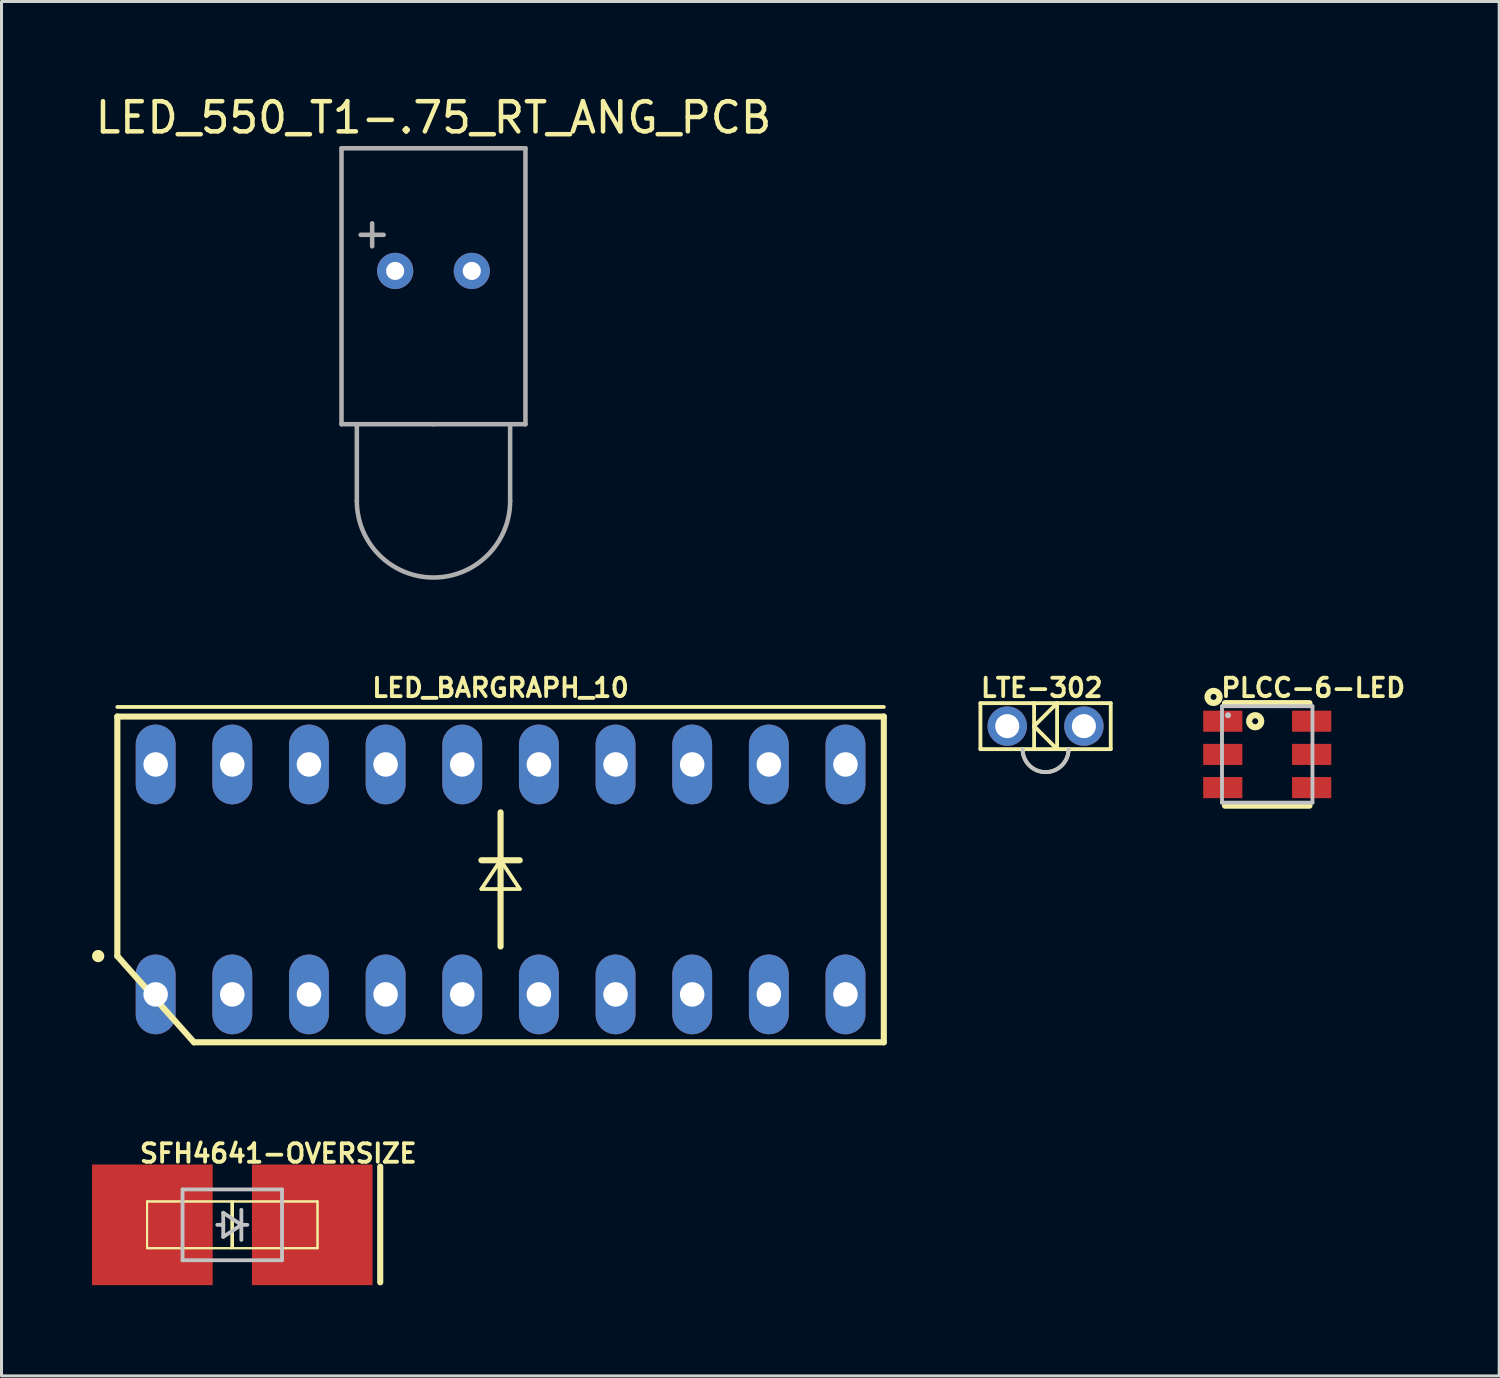
<source format=kicad_pcb>
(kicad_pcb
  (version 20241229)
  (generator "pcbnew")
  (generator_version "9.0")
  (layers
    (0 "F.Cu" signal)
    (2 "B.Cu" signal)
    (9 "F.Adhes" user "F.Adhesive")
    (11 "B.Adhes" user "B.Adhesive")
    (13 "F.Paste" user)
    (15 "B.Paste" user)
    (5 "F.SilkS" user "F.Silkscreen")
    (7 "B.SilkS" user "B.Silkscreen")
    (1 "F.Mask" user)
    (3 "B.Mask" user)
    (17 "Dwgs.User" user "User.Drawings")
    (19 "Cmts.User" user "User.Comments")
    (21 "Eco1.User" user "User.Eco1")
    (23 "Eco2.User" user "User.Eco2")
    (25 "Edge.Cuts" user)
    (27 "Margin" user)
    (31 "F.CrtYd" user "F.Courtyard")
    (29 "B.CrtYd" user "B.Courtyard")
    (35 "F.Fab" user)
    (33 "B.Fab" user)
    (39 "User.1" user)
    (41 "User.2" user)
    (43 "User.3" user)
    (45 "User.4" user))
  (footprint "LTE-302"
    (layer "F.Cu")
    (at 31.599 21.013)
    (property "Reference" "LTE-302" (at -0.127 -1.27 0) (layer "F.SilkS") (effects (font (size 0.61 0.61) (thickness 0.127))))
    (attr exclude_from_pos_files exclude_from_bom)
    (fp_line (start -2.159 -0.762) (end -0.381 -0.762) (stroke (width 0.127) (type solid)) (layer "F.SilkS"))
    (fp_line (start -2.159 0.762) (end -2.159 -0.762) (stroke (width 0.127) (type solid)) (layer "F.SilkS"))
    (fp_line (start -0.762 0.762) (end -2.159 0.762) (stroke (width 0.127) (type solid)) (layer "F.SilkS"))
    (fp_line (start -0.381 -0.762) (end 0.381 -0.762) (stroke (width 0.127) (type solid)) (layer "F.SilkS"))
    (fp_line (start -0.381 0) (end -0.381 -0.762) (stroke (width 0.127) (type solid)) (layer "F.SilkS"))
    (fp_line (start -0.381 0) (end -0.381 0.762) (stroke (width 0.127) (type solid)) (layer "F.SilkS"))
    (fp_line (start -0.381 0) (end 0.381 -0.762) (stroke (width 0.127) (type solid)) (layer "F.SilkS"))
    (fp_line (start -0.381 0.762) (end -0.762 0.762) (stroke (width 0.127) (type solid)) (layer "F.SilkS"))
    (fp_line (start 0.381 -0.762) (end 0.381 0.762) (stroke (width 0.127) (type solid)) (layer "F.SilkS"))
    (fp_line (start 0.381 -0.762) (end 2.159 -0.762) (stroke (width 0.127) (type solid)) (layer "F.SilkS"))
    (fp_line (start 0.381 0.762) (end -0.381 0) (stroke (width 0.127) (type solid)) (layer "F.SilkS"))
    (fp_line (start 0.381 0.762) (end -0.381 0.762) (stroke (width 0.127) (type solid)) (layer "F.SilkS"))
    (fp_line (start 0.762 0.762) (end 0.381 0.762) (stroke (width 0.127) (type solid)) (layer "F.SilkS"))
    (fp_line (start 2.159 -0.762) (end 2.159 0.762) (stroke (width 0.127) (type solid)) (layer "F.SilkS"))
    (fp_line (start 2.159 0.762) (end 0.762 0.762) (stroke (width 0.127) (type solid)) (layer "F.SilkS"))
    (fp_arc (start 0.762 0.762) (mid 0 1.524) (end -0.762 0.762) (stroke (width 0.127) (type solid)) (layer "F.SilkS"))
    (fp_arc (start 0.762 0.762) (mid 0 1.524) (end -0.762 0.762) (stroke (width 0.127) (type solid)) (layer "Dwgs.User"))
    (pad "A" thru_hole circle (at 1.27 0) (size 1.306 1.306) (drill 0.798) (layers "*.Cu" "*.Paste" "*.Mask"))
    (pad "C" thru_hole circle (at -1.27 0) (size 1.306 1.306) (drill 0.798) (layers "*.Cu" "*.Paste" "*.Mask")))
  (footprint "SFH4641-OVERSIZE"
    (layer "F.Cu")
    (at 4.648 37.539)
    (property "Reference" "SFH4641-OVERSIZE" (at 1.524 -2.367 0) (layer "F.SilkS") (effects (font (size 0.61 0.61) (thickness 0.127))))
    (attr smd)
    (fp_line (start -2.824 -0.775) (end -0.023 -0.775) (stroke (width 0.066) (type solid)) (layer "F.SilkS"))
    (fp_line (start -2.824 -0.775) (end -0.023 -0.775) (stroke (width 0.066) (type solid)) (layer "F.SilkS"))
    (fp_line (start -2.824 0.775) (end -2.824 -0.775) (stroke (width 0.066) (type solid)) (layer "F.SilkS"))
    (fp_line (start -2.824 0.775) (end -2.824 -0.775) (stroke (width 0.066) (type solid)) (layer "F.SilkS"))
    (fp_line (start -2.824 0.775) (end -0.023 0.775) (stroke (width 0.066) (type solid)) (layer "F.SilkS"))
    (fp_line (start -2.824 0.775) (end -0.023 0.775) (stroke (width 0.066) (type solid)) (layer "F.SilkS"))
    (fp_line (start -0.023 0.775) (end -0.023 -0.775) (stroke (width 0.066) (type solid)) (layer "F.SilkS"))
    (fp_line (start -0.023 0.775) (end -0.023 -0.775) (stroke (width 0.066) (type solid)) (layer "F.SilkS"))
    (fp_line (start 0.023 -0.775) (end 2.824 -0.775) (stroke (width 0.066) (type solid)) (layer "F.SilkS"))
    (fp_line (start 0.023 -0.775) (end 2.824 -0.775) (stroke (width 0.066) (type solid)) (layer "F.SilkS"))
    (fp_line (start 0.023 0.775) (end 0.023 -0.775) (stroke (width 0.066) (type solid)) (layer "F.SilkS"))
    (fp_line (start 0.023 0.775) (end 0.023 -0.775) (stroke (width 0.066) (type solid)) (layer "F.SilkS"))
    (fp_line (start 0.023 0.775) (end 2.824 0.775) (stroke (width 0.066) (type solid)) (layer "F.SilkS"))
    (fp_line (start 0.023 0.775) (end 2.824 0.775) (stroke (width 0.066) (type solid)) (layer "F.SilkS"))
    (fp_line (start 2.824 0.775) (end 2.824 -0.775) (stroke (width 0.066) (type solid)) (layer "F.SilkS"))
    (fp_line (start 2.824 0.775) (end 2.824 -0.775) (stroke (width 0.066) (type solid)) (layer "F.SilkS"))
    (fp_line (start 4.902 -1.928) (end 4.902 1.905) (stroke (width 0.203) (type solid)) (layer "F.SilkS"))
    (fp_line (start -1.648 -1.173) (end -1.648 1.173) (stroke (width 0.127) (type solid)) (layer "Dwgs.User"))
    (fp_line (start -1.648 1.173) (end 1.648 1.173) (stroke (width 0.127) (type solid)) (layer "Dwgs.User"))
    (fp_line (start -0.3 -0.399) (end -0.3 0) (stroke (width 0.127) (type solid)) (layer "Dwgs.User"))
    (fp_line (start -0.3 0) (end -0.498 0) (stroke (width 0.127) (type solid)) (layer "Dwgs.User"))
    (fp_line (start -0.3 0) (end -0.3 0.399) (stroke (width 0.127) (type solid)) (layer "Dwgs.User"))
    (fp_line (start -0.3 0.399) (end 0.3 0) (stroke (width 0.127) (type solid)) (layer "Dwgs.User"))
    (fp_line (start 0.3 -0.498) (end 0.3 0) (stroke (width 0.127) (type solid)) (layer "Dwgs.User"))
    (fp_line (start 0.3 0) (end -0.3 -0.399) (stroke (width 0.127) (type solid)) (layer "Dwgs.User"))
    (fp_line (start 0.3 0) (end 0.3 0.498) (stroke (width 0.127) (type solid)) (layer "Dwgs.User"))
    (fp_line (start 0.498 0) (end 0.3 0) (stroke (width 0.127) (type solid)) (layer "Dwgs.User"))
    (fp_line (start 1.648 -1.173) (end -1.648 -1.173) (stroke (width 0.127) (type solid)) (layer "Dwgs.User"))
    (fp_line (start 1.648 1.173) (end 1.648 -1.173) (stroke (width 0.127) (type solid)) (layer "Dwgs.User"))
    (pad "A" smd rect (at -2.649 0 90) (size 3.998 3.998) (layers "F.Cu" "F.Mask" "F.Paste"))
    (pad "C" smd rect (at 2.649 0 270) (size 3.998 3.998) (layers "F.Cu" "F.Mask" "F.Paste")))
  (footprint "LED_BARGRAPH_10"
    (layer "F.Cu")
    (at 13.538 26.093)
    (property "Reference" "LED_BARGRAPH_10" (at 0 -6.35 0) (layer "F.SilkS") (effects (font (size 0.61 0.61) (thickness 0.127))))
    (attr exclude_from_pos_files exclude_from_bom)
    (fp_line (start -12.7 -5.715) (end 12.7 -5.715) (stroke (width 0.127) (type solid)) (layer "F.SilkS"))
    (fp_line (start -12.7 2.54) (end -12.7 -5.397) (stroke (width 0.203) (type solid)) (layer "F.SilkS"))
    (fp_line (start -10.16 5.397) (end -12.7 2.54) (stroke (width 0.203) (type solid)) (layer "F.SilkS"))
    (fp_line (start -10.16 5.397) (end 12.7 5.397) (stroke (width 0.203) (type solid)) (layer "F.SilkS"))
    (fp_line (start -0.635 -0.635) (end 0.635 -0.635) (stroke (width 0.203) (type solid)) (layer "F.SilkS"))
    (fp_line (start -0.635 0.318) (end 0.635 0.318) (stroke (width 0.127) (type solid)) (layer "F.SilkS"))
    (fp_line (start 0 -0.635) (end -0.635 0.318) (stroke (width 0.127) (type solid)) (layer "F.SilkS"))
    (fp_line (start 0 2.223) (end 0 -2.223) (stroke (width 0.203) (type solid)) (layer "F.SilkS"))
    (fp_line (start 0.635 0.318) (end 0 -0.635) (stroke (width 0.127) (type solid)) (layer "F.SilkS"))
    (fp_line (start 12.7 -5.397) (end -12.7 -5.397) (stroke (width 0.203) (type solid)) (layer "F.SilkS"))
    (fp_line (start 12.7 -5.397) (end 12.7 5.397) (stroke (width 0.203) (type solid)) (layer "F.SilkS"))
    (fp_circle (center -13.335 2.54) (end -13.335 2.337) (stroke (width 0) (type solid)) (fill yes) (layer "F.SilkS"))
    (pad "1" thru_hole oval (at -11.43 3.81 180) (size 1.321 2.642) (drill 0.813) (layers "*.Cu" "*.Paste" "*.Mask"))
    (pad "2" thru_hole oval (at -8.89 3.81 180) (size 1.321 2.642) (drill 0.813) (layers "*.Cu" "*.Paste" "*.Mask"))
    (pad "3" thru_hole oval (at -6.35 3.81 180) (size 1.321 2.642) (drill 0.813) (layers "*.Cu" "*.Paste" "*.Mask"))
    (pad "4" thru_hole oval (at -3.81 3.81 180) (size 1.321 2.642) (drill 0.813) (layers "*.Cu" "*.Paste" "*.Mask"))
    (pad "5" thru_hole oval (at -1.27 3.81 180) (size 1.321 2.642) (drill 0.813) (layers "*.Cu" "*.Paste" "*.Mask"))
    (pad "6" thru_hole oval (at 1.27 3.81 180) (size 1.321 2.642) (drill 0.813) (layers "*.Cu" "*.Paste" "*.Mask"))
    (pad "7" thru_hole oval (at 3.81 3.81 180) (size 1.321 2.642) (drill 0.813) (layers "*.Cu" "*.Paste" "*.Mask"))
    (pad "8" thru_hole oval (at 6.35 3.81 180) (size 1.321 2.642) (drill 0.813) (layers "*.Cu" "*.Paste" "*.Mask"))
    (pad "9" thru_hole oval (at 8.89 3.81 180) (size 1.321 2.642) (drill 0.813) (layers "*.Cu" "*.Paste" "*.Mask"))
    (pad "10" thru_hole oval (at 11.43 3.81 180) (size 1.321 2.642) (drill 0.813) (layers "*.Cu" "*.Paste" "*.Mask"))
    (pad "11" thru_hole oval (at 11.43 -3.81 180) (size 1.321 2.642) (drill 0.813) (layers "*.Cu" "*.Paste" "*.Mask"))
    (pad "12" thru_hole oval (at 8.89 -3.81 180) (size 1.321 2.642) (drill 0.813) (layers "*.Cu" "*.Paste" "*.Mask"))
    (pad "13" thru_hole oval (at 6.35 -3.81 180) (size 1.321 2.642) (drill 0.813) (layers "*.Cu" "*.Paste" "*.Mask"))
    (pad "14" thru_hole oval (at 3.81 -3.81 180) (size 1.321 2.642) (drill 0.813) (layers "*.Cu" "*.Paste" "*.Mask"))
    (pad "15" thru_hole oval (at 1.27 -3.81 180) (size 1.321 2.642) (drill 0.813) (layers "*.Cu" "*.Paste" "*.Mask"))
    (pad "16" thru_hole oval (at -1.27 -3.81 180) (size 1.321 2.642) (drill 0.813) (layers "*.Cu" "*.Paste" "*.Mask"))
    (pad "17" thru_hole oval (at -3.81 -3.81 180) (size 1.321 2.642) (drill 0.813) (layers "*.Cu" "*.Paste" "*.Mask"))
    (pad "18" thru_hole oval (at -6.35 -3.81 180) (size 1.321 2.642) (drill 0.813) (layers "*.Cu" "*.Paste" "*.Mask"))
    (pad "19" thru_hole oval (at -8.89 -3.81 180) (size 1.321 2.642) (drill 0.813) (layers "*.Cu" "*.Paste" "*.Mask"))
    (pad "20" thru_hole oval (at -11.43 -3.81 180) (size 1.321 2.642) (drill 0.813) (layers "*.Cu" "*.Paste" "*.Mask")))
  (footprint "LED_550_T1-.75_RT_ANG_PCB"
    (layer "F.Cu")
    (at 11.315 5.928)
    (property "Reference" "LED_550_T1-.75_RT_ANG_PCB" (at 0 -5.08 0) (layer "F.SilkS") (effects (font (size 1 1) (thickness 0.15))))
    (attr through_hole)
    (fp_line (start -3.048 -4.064) (end 3.048 -4.064) (stroke (width 0.15) (type solid)) (layer "F.Fab"))
    (fp_line (start -3.048 5.08) (end -3.048 -4.064) (stroke (width 0.15) (type solid)) (layer "F.Fab"))
    (fp_line (start -2.54 5.08) (end -2.54 7.62) (stroke (width 0.15) (type solid)) (layer "F.Fab"))
    (fp_line (start 0 5.08) (end -3.048 5.08) (stroke (width 0.15) (type solid)) (layer "F.Fab"))
    (fp_line (start 0 5.08) (end 3.048 5.08) (stroke (width 0.15) (type solid)) (layer "F.Fab"))
    (fp_line (start 2.54 5.08) (end 2.54 7.62) (stroke (width 0.15) (type solid)) (layer "F.Fab"))
    (fp_line (start 3.048 5.08) (end 3.048 -4.064) (stroke (width 0.15) (type solid)) (layer "F.Fab"))
    (fp_arc (start 2.54 7.62) (mid 0 10.16) (end -2.54 7.62) (stroke (width 0.15) (type solid)) (layer "F.Fab"))
    (fp_text user "+" (at -2.032 -1.27 0) (layer "F.Fab") (effects (font (size 1 1) (thickness 0.15))))
    (pad "1" thru_hole circle (at 1.27 0) (size 1.2 1.2) (drill 0.6) (layers "*.Cu" "*.Mask"))
    (pad "2" thru_hole circle (at -1.27 0) (size 1.2 1.2) (drill 0.6) (layers "*.Cu" "*.Mask")))
  (footprint "PLCC-6-LED"
    (layer "F.Cu")
    (at 38.944 21.95)
    (property "Reference" "PLCC-6-LED" (at 1.524 -2.207 0) (layer "F.SilkS") (effects (font (size 0.61 0.61) (thickness 0.127))))
    (attr smd)
    (fp_line (start -1.4 -1.699) (end 1.4 -1.699) (stroke (width 0.203) (type solid)) (layer "F.SilkS"))
    (fp_line (start 1.4 1.699) (end -1.4 1.699) (stroke (width 0.203) (type solid)) (layer "F.SilkS"))
    (fp_circle (center -1.778 -1.905) (end -1.778 -2.004) (stroke (width 0.203) (type solid)) (fill no) (layer "F.SilkS"))
    (fp_circle (center -0.399 -1.1) (end -0.399 -1.199) (stroke (width 0.203) (type solid)) (fill no) (layer "F.SilkS"))
    (fp_line (start -1.499 -1.598) (end 1.499 -1.598) (stroke (width 0.127) (type solid)) (layer "Dwgs.User"))
    (fp_line (start -1.499 1.598) (end -1.499 -1.598) (stroke (width 0.127) (type solid)) (layer "Dwgs.User"))
    (fp_line (start 1.499 -1.598) (end 1.499 1.598) (stroke (width 0.127) (type solid)) (layer "Dwgs.User"))
    (fp_line (start 1.499 1.598) (end -1.499 1.598) (stroke (width 0.127) (type solid)) (layer "Dwgs.User"))
    (fp_circle (center -1.298 -1.298) (end -1.298 -1.397) (stroke (width 0) (type solid)) (fill yes) (layer "Dwgs.User"))
    (pad "AB" smd rect (at 1.473 -1.1) (size 1.298 0.699) (layers "F.Cu" "F.Mask" "F.Paste"))
    (pad "AG" smd rect (at 1.473 1.1) (size 1.298 0.699) (layers "F.Cu" "F.Mask" "F.Paste"))
    (pad "AR" smd rect (at 1.473 0) (size 1.298 0.699) (layers "F.Cu" "F.Mask" "F.Paste"))
    (pad "CB" smd rect (at -1.473 -1.1) (size 1.298 0.699) (layers "F.Cu" "F.Mask" "F.Paste"))
    (pad "CG" smd rect (at -1.473 1.1) (size 1.298 0.699) (layers "F.Cu" "F.Mask" "F.Paste"))
    (pad "CR" smd rect (at -1.473 0) (size 1.298 0.699) (layers "F.Cu" "F.Mask" "F.Paste")))
  (gr_rect
    (start -3 -3)
    (end 46.631 42.545)
    (stroke (width 0.1) (type default))
    (fill no)
    (layer "Edge.Cuts")))
</source>
